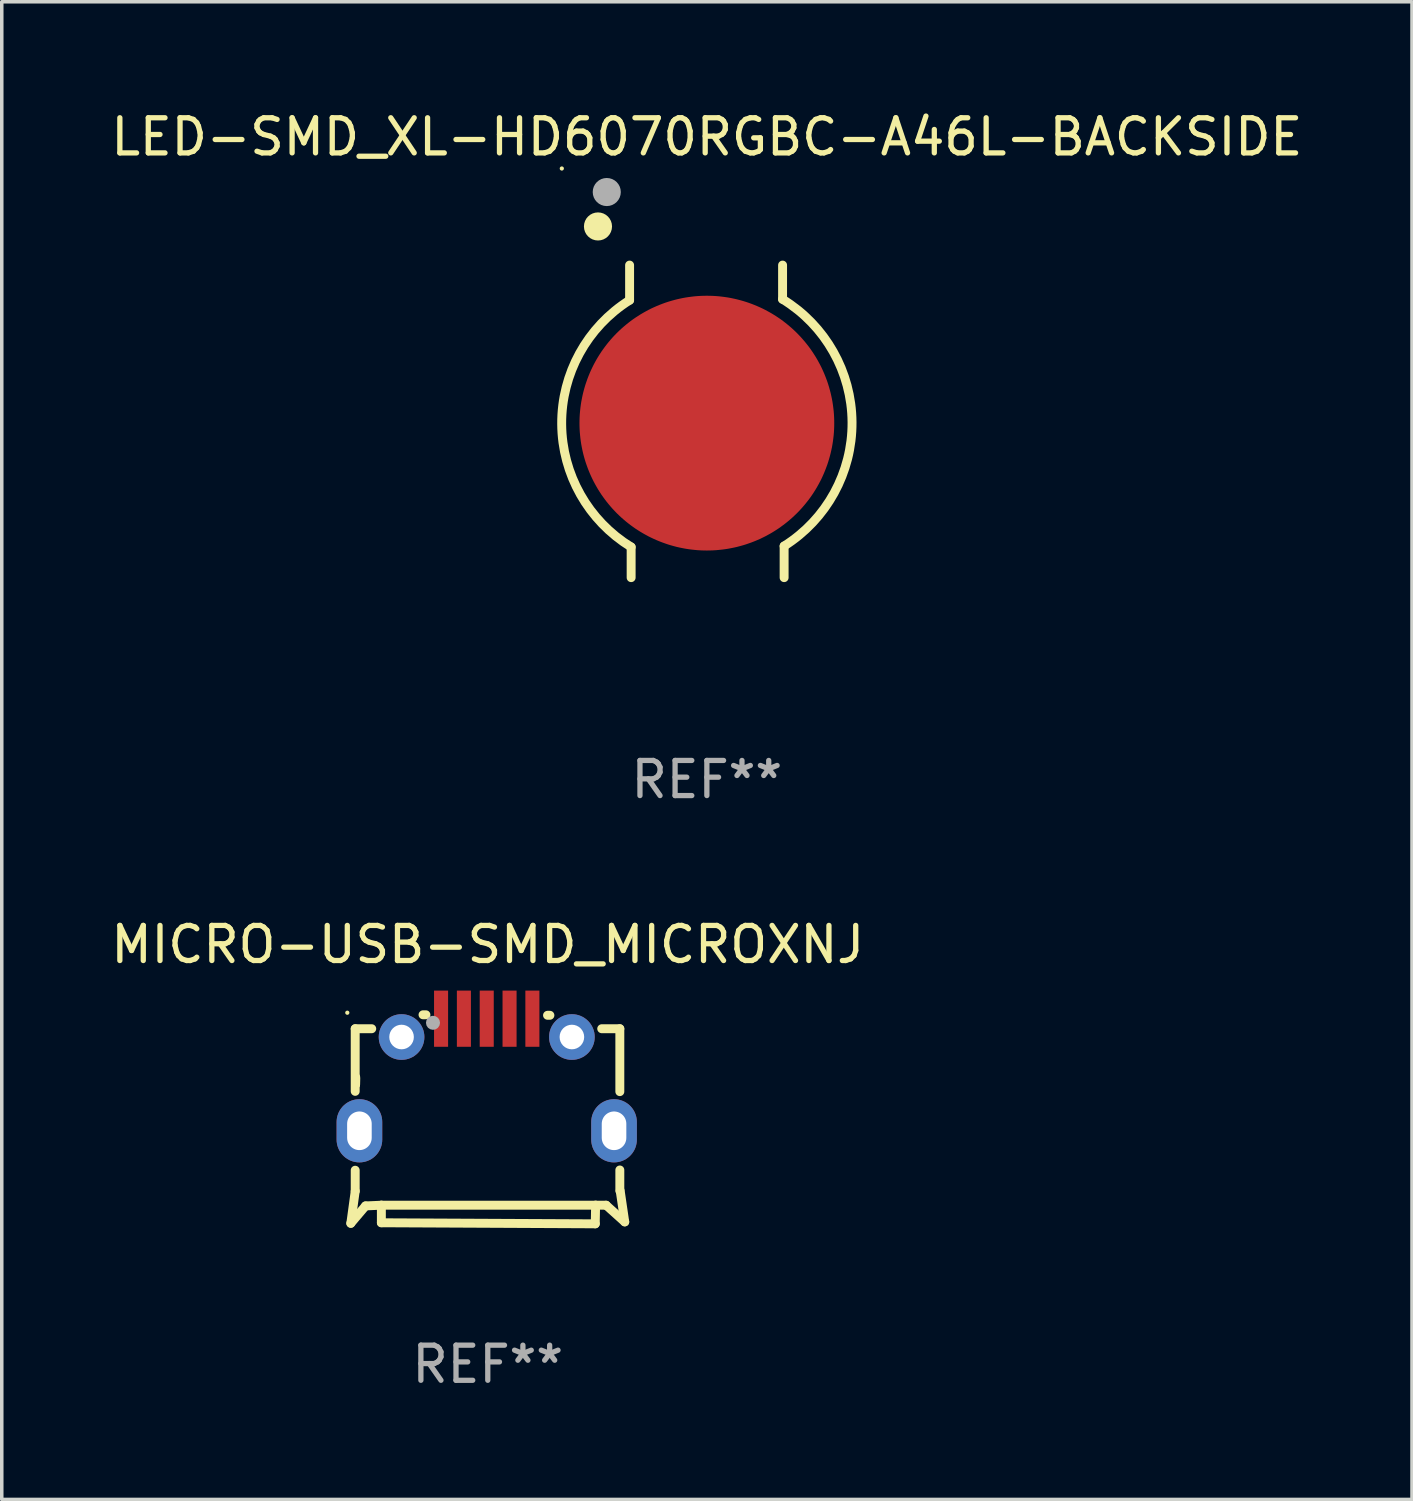
<source format=kicad_pcb>
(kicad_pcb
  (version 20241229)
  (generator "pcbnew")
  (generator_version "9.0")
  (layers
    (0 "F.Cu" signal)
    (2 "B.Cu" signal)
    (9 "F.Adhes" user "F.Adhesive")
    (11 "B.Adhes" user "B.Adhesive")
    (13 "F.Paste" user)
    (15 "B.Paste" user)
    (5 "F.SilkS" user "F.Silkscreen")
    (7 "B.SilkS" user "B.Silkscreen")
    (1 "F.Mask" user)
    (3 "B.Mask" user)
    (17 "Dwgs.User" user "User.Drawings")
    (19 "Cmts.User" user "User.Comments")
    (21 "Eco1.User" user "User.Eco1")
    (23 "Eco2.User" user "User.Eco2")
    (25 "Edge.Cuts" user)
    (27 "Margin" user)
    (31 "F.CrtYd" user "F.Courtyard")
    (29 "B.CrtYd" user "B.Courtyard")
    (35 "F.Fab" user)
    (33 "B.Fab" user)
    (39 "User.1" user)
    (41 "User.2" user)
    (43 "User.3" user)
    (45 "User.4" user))
  (footprint "MICRO-USB-SMD_MICROXNJ"
    (layer "F.Cu")
    (at 10.809 27.552)
    (property "Reference" "MICRO-USB-SMD_MICROXNJ" (at 0.03 -3.707 0) (layer "F.SilkS") (effects (font (size 1 1) (thickness 0.15))))
    (attr through_hole)
    (fp_line (start -3.87 4.23) (end -3.745 3.315) (stroke (width 0.254) (type solid)) (layer "F.SilkS"))
    (fp_line (start -3.745 -1.31) (end -3.274 -1.31) (stroke (width 0.254) (type solid)) (layer "F.SilkS"))
    (fp_line (start -3.745 0.473) (end -3.745 -1.31) (stroke (width 0.254) (type solid)) (layer "F.SilkS"))
    (fp_line (start -3.745 3.315) (end -3.745 2.719) (stroke (width 0.254) (type solid)) (layer "F.SilkS"))
    (fp_line (start -3.735 0.276) (end -3.731 0.068) (stroke (width 0.254) (type solid)) (layer "F.SilkS"))
    (fp_line (start -3.733 0.275) (end -3.732 0.101) (stroke (width 0.254) (type solid)) (layer "F.SilkS"))
    (fp_line (start -3.45 3.735) (end -3.87 4.23) (stroke (width 0.254) (type solid)) (layer "F.SilkS"))
    (fp_line (start -3 3.715) (end -3.45 3.735) (stroke (width 0.254) (type solid)) (layer "F.SilkS"))
    (fp_line (start -3 3.715) (end -3 4.215) (stroke (width 0.254) (type solid)) (layer "F.SilkS"))
    (fp_line (start -3 3.715) (end 3.1 3.715) (stroke (width 0.254) (type solid)) (layer "F.SilkS"))
    (fp_line (start -3 4.215) (end 3.09 4.245) (stroke (width 0.254) (type solid)) (layer "F.SilkS"))
    (fp_line (start -1.814 -1.707) (end -1.731 -1.707) (stroke (width 0.254) (type solid)) (layer "F.SilkS"))
    (fp_line (start 1.731 -1.693) (end 1.799 -1.693) (stroke (width 0.254) (type solid)) (layer "F.SilkS"))
    (fp_line (start 3.09 4.245) (end 3.1 3.715) (stroke (width 0.254) (type solid)) (layer "F.SilkS"))
    (fp_line (start 3.1 3.715) (end 3.4 3.715) (stroke (width 0.254) (type solid)) (layer "F.SilkS"))
    (fp_line (start 3.274 -1.31) (end 3.79 -1.31) (stroke (width 0.254) (type solid)) (layer "F.SilkS"))
    (fp_line (start 3.4 3.715) (end 3.93 4.19) (stroke (width 0.254) (type solid)) (layer "F.SilkS"))
    (fp_line (start 3.79 -1.31) (end 3.79 0.481) (stroke (width 0.254) (type solid)) (layer "F.SilkS"))
    (fp_line (start 3.79 2.712) (end 3.79 3.304) (stroke (width 0.254) (type solid)) (layer "F.SilkS"))
    (fp_line (start 3.93 4.19) (end 3.8 3.304) (stroke (width 0.254) (type solid)) (layer "F.SilkS"))
    (fp_circle (center -3.97 -1.766) (end -3.94 -1.766) (stroke (width 0.06) (type solid)) (fill no) (layer "F.SilkS"))
    (fp_circle (center -1.53 -1.479) (end -1.43 -1.479) (stroke (width 0.2) (type solid)) (fill no) (layer "F.Fab"))
    (fp_text user "REF**" (at 0.03 8.245 0) (layer "F.Fab") (effects (font (size 1 1) (thickness 0.15))))
    (pad "1" smd rect (at -1.3 -1.596 270) (size 1.6 0.4) (layers "F.Cu" "F.Mask" "F.Paste"))
    (pad "2" smd rect (at -0.65 -1.596 270) (size 1.6 0.4) (layers "F.Cu" "F.Mask" "F.Paste"))
    (pad "3" smd rect (at 0 -1.596 270) (size 1.6 0.4) (layers "F.Cu" "F.Mask" "F.Paste"))
    (pad "4" smd rect (at 0.65 -1.596 270) (size 1.6 0.4) (layers "F.Cu" "F.Mask" "F.Paste"))
    (pad "5" smd rect (at 1.3 -1.596 270) (size 1.6 0.4) (layers "F.Cu" "F.Mask" "F.Paste"))
    (pad "6" thru_hole circle (at 2.425 -1.074) (size 1.3 1.3) (drill 0.7) (layers "*.Cu" "*.Mask"))
    (pad "7" thru_hole oval (at 3.625 1.596) (size 1.3 1.8) (drill oval 0.7 1.1) (layers "*.Cu" "*.Mask"))
    (pad "8" thru_hole oval (at -3.625 1.596) (size 1.3 1.8) (drill oval 0.7 1.1) (layers "*.Cu" "*.Mask"))
    (pad "9" thru_hole circle (at -2.425 -1.074) (size 1.3 1.3) (drill 0.7) (layers "*.Cu" "*.Mask")))
  (footprint "LED-SMD_XL-HD6070RGBC-A46L-BACKSIDE"
    (layer "F.Cu")
    (at 17.077 8.998)
    (property "Reference" "LED-SMD_XL-HD6070RGBC-A46L-BACKSIDE" (at 0 -8.15 0) (layer "F.SilkS") (effects (font (size 1 1) (thickness 0.15))))
    (attr through_hole)
    (fp_line (start -2.2 -3.5) (end -2.2 -4.5) (stroke (width 0.254) (type solid)) (layer "F.SilkS"))
    (fp_line (start -2.156 3.528) (end -2.156 4.4) (stroke (width 0.254) (type solid)) (layer "F.SilkS"))
    (fp_line (start 2.156 -3.527) (end 2.156 -4.5) (stroke (width 0.254) (type solid)) (layer "F.SilkS"))
    (fp_line (start 2.2 3.5) (end 2.2 4.4) (stroke (width 0.254) (type solid)) (layer "F.SilkS"))
    (fp_arc (start -2.155601 3.527534) (mid -4.133852 0.02613) (end -2.199925 -3.49995) (stroke (width 0.254) (type solid)) (layer "F.SilkS"))
    (fp_arc (start 2.155601 -3.52728) (mid 4.133852 -0.025876) (end 2.199925 3.500204) (stroke (width 0.254) (type solid)) (layer "F.SilkS"))
    (fp_circle (center -4.13 -7.25) (end -4.1 -7.25) (stroke (width 0.06) (type solid)) (fill no) (layer "F.SilkS"))
    (fp_circle (center -3.1 -5.6) (end -2.9 -5.6) (stroke (width 0.4) (type solid)) (fill no) (layer "F.SilkS"))
    (fp_circle (center -2.85 -6.58) (end -2.65 -6.58) (stroke (width 0.4) (type solid)) (fill no) (layer "F.Fab"))
    (fp_text user "REF**" (at 0 10.15 0) (layer "F.Fab") (effects (font (size 1 1) (thickness 0.15))))
    (pad "7" smd custom (at 0 0.000127) (size 0.1 0.1) (layers "F.Cu" "F.Mask") (options (anchor circle)) (primitives (gr_poly (pts (xy -3.627 -0.000076) (xy -3.626 -0.086) (xy -3.623 -0.173) (xy -3.618 -0.259) (xy -3.61 -0.345) (xy -3.601 -0.431) (xy -3.59 -0.516) (xy -3.577 -0.602) (xy -3.561 -0.686) (xy -3.544 -0.771) (xy -3.525 -0.855) (xy -3.503 -0.939) (xy -3.48 -1.022) (xy -3.455 -1.104) (xy -3.427 -1.186) (xy -3.398 -1.268) (xy -3.367 -1.348) (xy -3.334 -1.428) (xy -3.299 -1.507) (xy -3.262 -1.585) (xy -3.224 -1.662) (xy -3.183 -1.738) (xy -3.141 -1.814) (xy -3.097 -1.888) (xy -3.051 -1.961) (xy -3.004 -2.033) (xy -2.954 -2.104) (xy -2.903 -2.174) (xy -2.851 -2.242) (xy -2.797 -2.309) (xy -2.741 -2.375) (xy -2.684 -2.44) (xy -2.625 -2.503) (xy -2.565 -2.565) (xy -2.503 -2.625) (xy -2.44 -2.684) (xy -2.375 -2.741) (xy -2.309 -2.797) (xy -2.242 -2.851) (xy -2.174 -2.904) (xy -2.104 -2.955) (xy -2.033 -3.004) (xy -1.961 -3.051) (xy -1.888 -3.097) (xy -1.813 -3.141) (xy -1.738 -3.183) (xy -1.662 -3.224) (xy -1.585 -3.263) (xy -1.507 -3.299) (xy -1.428 -3.334) (xy -1.348 -3.367) (xy -1.267 -3.398) (xy -1.186 -3.428) (xy -1.104 -3.455) (xy -1.022 -3.48) (xy -0.939 -3.503) (xy -0.855 -3.525) (xy -0.771 -3.544) (xy -0.686 -3.562) (xy -0.601 -3.577) (xy -0.516 -3.59) (xy -0.431 -3.601) (xy -0.345 -3.611) (xy -0.259 -3.618) (xy -0.172 -3.623) (xy -0.086 -3.626) (xy 0.000076 -3.627) (xy 0.086 -3.626) (xy 0.173 -3.623) (xy 0.259 -3.618) (xy 0.345 -3.611) (xy 0.431 -3.601) (xy 0.516 -3.59) (xy 0.602 -3.577) (xy 0.686 -3.562) (xy 0.771 -3.544) (xy 0.855 -3.525) (xy 0.939 -3.503) (xy 1.022 -3.48) (xy 1.104 -3.455) (xy 1.186 -3.428) (xy 1.268 -3.398) (xy 1.348 -3.367) (xy 1.428 -3.334) (xy 1.507 -3.299) (xy 1.585 -3.263) (xy 1.662 -3.224) (xy 1.738 -3.183) (xy 1.814 -3.141) (xy 1.888 -3.097) (xy 1.961 -3.051) (xy 2.033 -3.004) (xy 2.104 -2.955) (xy 2.174 -2.904) (xy 2.242 -2.851) (xy 2.309 -2.797) (xy 2.375 -2.741) (xy 2.44 -2.684) (xy 2.503 -2.625) (xy 2.565 -2.565) (xy 2.625 -2.503) (xy 2.684 -2.44) (xy 2.741 -2.375) (xy 2.797 -2.309) (xy 2.851 -2.242) (xy 2.904 -2.174) (xy 2.955 -2.104) (xy 3.004 -2.033) (xy 3.051 -1.961) (xy 3.097 -1.888) (xy 3.141 -1.814) (xy 3.183 -1.738) (xy 3.224 -1.662) (xy 3.263 -1.585) (xy 3.299 -1.507) (xy 3.334 -1.428) (xy 3.367 -1.348) (xy 3.398 -1.268) (xy 3.428 -1.186) (xy 3.455 -1.104) (xy 3.48 -1.022) (xy 3.503 -0.939) (xy 3.525 -0.855) (xy 3.544 -0.771) (xy 3.562 -0.686) (xy 3.577 -0.602) (xy 3.59 -0.516) (xy 3.601 -0.431) (xy 3.611 -0.345) (xy 3.618 -0.259) (xy 3.623 -0.173) (xy 3.626 -0.086) (xy 3.627 -0.000076) (xy 3.626 0.086) (xy 3.623 0.172) (xy 3.618 0.259) (xy 3.611 0.345) (xy 3.601 0.431) (xy 3.59 0.516) (xy 3.577 0.601) (xy 3.562 0.686) (xy 3.544 0.771) (xy 3.525 0.855) (xy 3.503 0.939) (xy 3.48 1.022) (xy 3.455 1.104) (xy 3.428 1.186) (xy 3.398 1.267) (xy 3.367 1.348) (xy 3.334 1.428) (xy 3.299 1.507) (xy 3.263 1.585) (xy 3.224 1.662) (xy 3.183 1.738) (xy 3.141 1.813) (xy 3.097 1.888) (xy 3.051 1.961) (xy 3.004 2.033) (xy 2.955 2.104) (xy 2.904 2.174) (xy 2.851 2.242) (xy 2.797 2.309) (xy 2.741 2.375) (xy 2.684 2.44) (xy 2.625 2.503) (xy 2.565 2.565) (xy 2.503 2.625) (xy 2.44 2.684) (xy 2.375 2.741) (xy 2.309 2.797) (xy 2.242 2.851) (xy 2.174 2.903) (xy 2.104 2.954) (xy 2.033 3.004) (xy 1.961 3.051) (xy 1.888 3.097) (xy 1.814 3.141) (xy 1.738 3.183) (xy 1.662 3.224) (xy 1.585 3.262) (xy 1.507 3.299) (xy 1.428 3.334) (xy 1.348 3.367) (xy 1.268 3.398) (xy 1.186 3.427) (xy 1.104 3.455) (xy 1.022 3.48) (xy 0.939 3.503) (xy 0.855 3.525) (xy 0.771 3.544) (xy 0.686 3.561) (xy 0.602 3.577) (xy 0.516 3.59) (xy 0.431 3.601) (xy 0.345 3.61) (xy 0.259 3.618) (xy 0.173 3.623) (xy 0.086 3.626) (xy 0.000076 3.627) (xy -0.086 3.626) (xy -0.172 3.623) (xy -0.259 3.618) (xy -0.345 3.61) (xy -0.431 3.601) (xy -0.516 3.59) (xy -0.601 3.577) (xy -0.686 3.561) (xy -0.771 3.544) (xy -0.855 3.525) (xy -0.939 3.503) (xy -1.022 3.48) (xy -1.104 3.455) (xy -1.186 3.427) (xy -1.267 3.398) (xy -1.348 3.367) (xy -1.428 3.334) (xy -1.507 3.299) (xy -1.585 3.262) (xy -1.662 3.224) (xy -1.738 3.183) (xy -1.813 3.141) (xy -1.888 3.097) (xy -1.961 3.051) (xy -2.033 3.004) (xy -2.104 2.954) (xy -2.174 2.903) (xy -2.242 2.851) (xy -2.309 2.797) (xy -2.375 2.741) (xy -2.44 2.684) (xy -2.503 2.625) (xy -2.565 2.565) (xy -2.625 2.503) (xy -2.684 2.44) (xy -2.741 2.375) (xy -2.797 2.309) (xy -2.851 2.242) (xy -2.903 2.174) (xy -2.954 2.104) (xy -3.004 2.033) (xy -3.051 1.961) (xy -3.097 1.888) (xy -3.141 1.813) (xy -3.183 1.738) (xy -3.224 1.662) (xy -3.262 1.585) (xy -3.299 1.507) (xy -3.334 1.428) (xy -3.367 1.348) (xy -3.398 1.267) (xy -3.427 1.186) (xy -3.455 1.104) (xy -3.48 1.022) (xy -3.503 0.939) (xy -3.525 0.855) (xy -3.544 0.771) (xy -3.561 0.686) (xy -3.577 0.601) (xy -3.59 0.516) (xy -3.601 0.431) (xy -3.61 0.345) (xy -3.618 0.259) (xy -3.623 0.172) (xy -3.626 0.086) (xy -3.627 -0.000076)) (width 0) (fill yes)))))
  (gr_rect
    (start -3 -3)
    (end 37.155 39.645)
    (stroke (width 0.1) (type default))
    (fill no)
    (layer "Edge.Cuts")))
</source>
